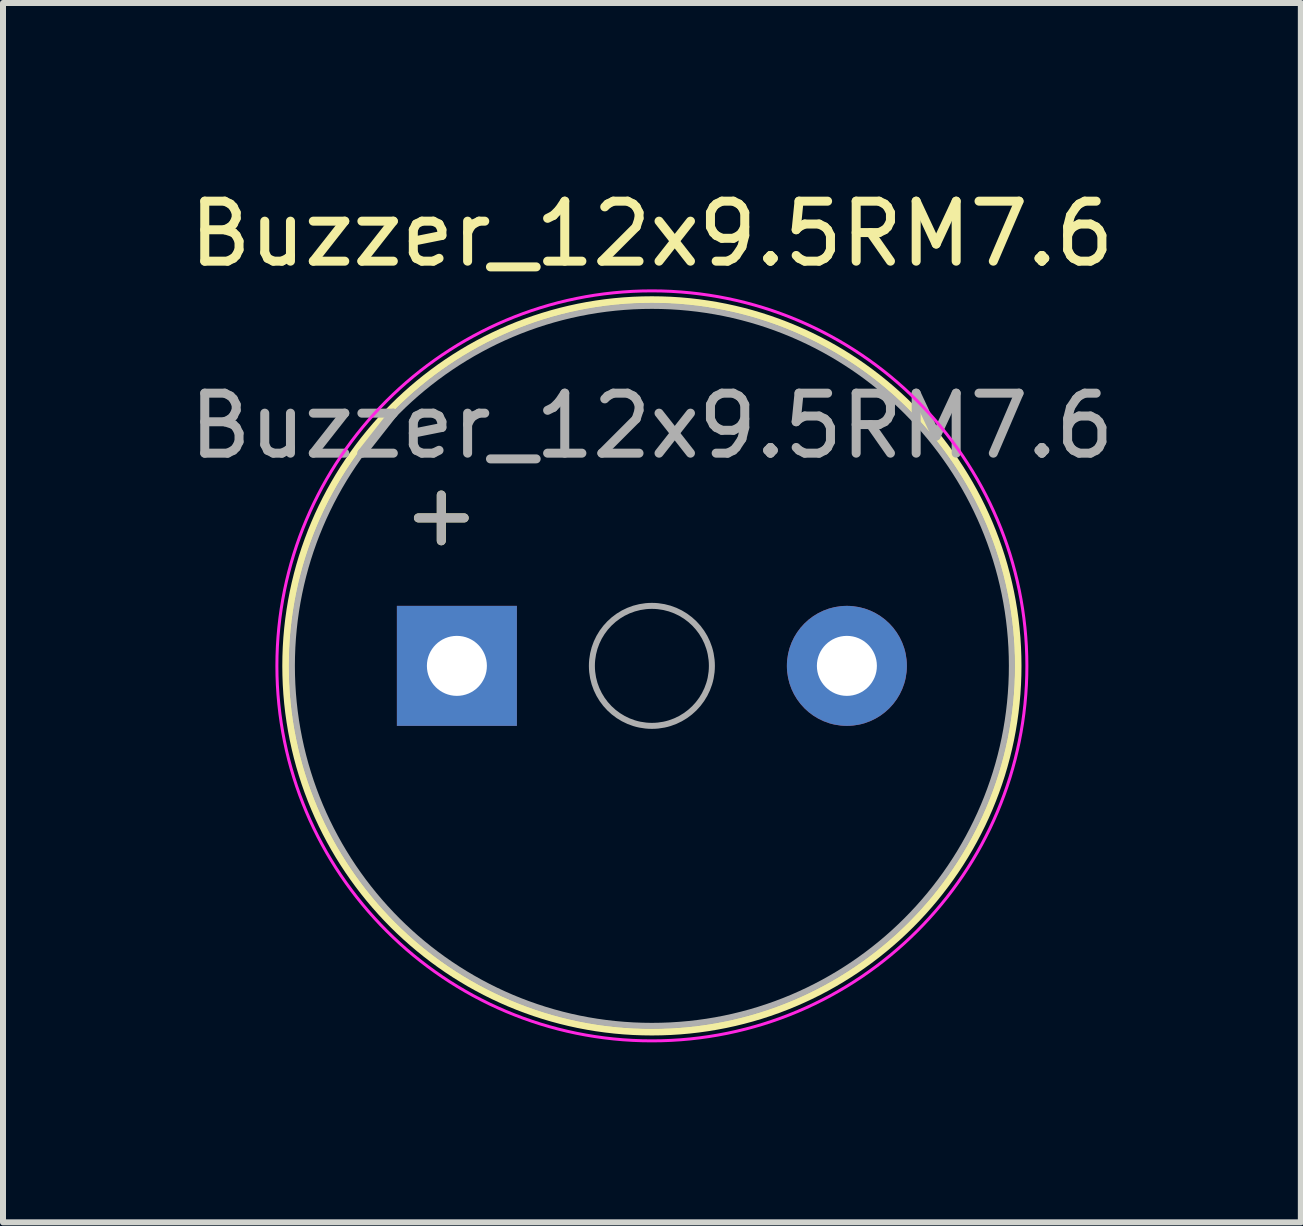
<source format=kicad_pcb>
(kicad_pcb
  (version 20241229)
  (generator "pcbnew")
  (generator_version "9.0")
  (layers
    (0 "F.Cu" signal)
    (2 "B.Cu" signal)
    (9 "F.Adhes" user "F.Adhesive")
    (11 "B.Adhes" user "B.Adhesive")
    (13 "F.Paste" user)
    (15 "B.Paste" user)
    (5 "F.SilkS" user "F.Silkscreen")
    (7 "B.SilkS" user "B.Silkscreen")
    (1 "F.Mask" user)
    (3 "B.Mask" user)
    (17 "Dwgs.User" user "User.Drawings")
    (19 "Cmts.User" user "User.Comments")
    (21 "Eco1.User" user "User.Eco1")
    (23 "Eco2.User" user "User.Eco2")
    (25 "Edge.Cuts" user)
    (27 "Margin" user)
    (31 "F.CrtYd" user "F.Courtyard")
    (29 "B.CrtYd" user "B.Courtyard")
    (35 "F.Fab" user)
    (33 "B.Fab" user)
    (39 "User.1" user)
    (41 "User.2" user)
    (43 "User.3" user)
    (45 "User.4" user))
  (footprint "Buzzer_12x9.5RM7.6"
    (layer "F.Cu")
    (at 7.815 8.048)
    (property "Reference" "Buzzer_12x9.5RM7.6" (at 0 -7.2 0) (layer "F.SilkS") (effects (font (size 1 1) (thickness 0.15))))
    (attr through_hole)
    (fp_circle (center 0 0) (end 6.1 0) (stroke (width 0.12) (type solid)) (fill no) (layer "F.SilkS"))
    (fp_circle (center 0 0) (end 6.25 0) (stroke (width 0.05) (type solid)) (fill no) (layer "F.CrtYd"))
    (fp_circle (center 0 0) (end 1 0) (stroke (width 0.1) (type solid)) (fill no) (layer "F.Fab"))
    (fp_circle (center 0 0) (end 6 0) (stroke (width 0.1) (type solid)) (fill no) (layer "F.Fab"))
    (fp_text user "+" (at -3.51 -2.54 0) (layer "F.SilkS") (effects (font (size 1 1) (thickness 0.15))))
    (fp_text user "${REFERENCE}" (at 0 -4 0) (layer "F.Fab") (effects (font (size 1 1) (thickness 0.15))))
    (fp_text user "+" (at -3.51 -2.54 0) (layer "F.Fab") (effects (font (size 1 1) (thickness 0.15))))
    (pad "1" thru_hole rect (at -3.25 0) (size 2 2) (drill 1) (layers "*.Cu" "*.Mask"))
    (pad "2" thru_hole circle (at 3.25 0) (size 2 2) (drill 1) (layers "*.Cu" "*.Mask")))
  (gr_rect
    (start -3 -3)
    (end 18.631 17.323)
    (stroke (width 0.1) (type default))
    (fill no)
    (layer "Edge.Cuts")))
</source>
